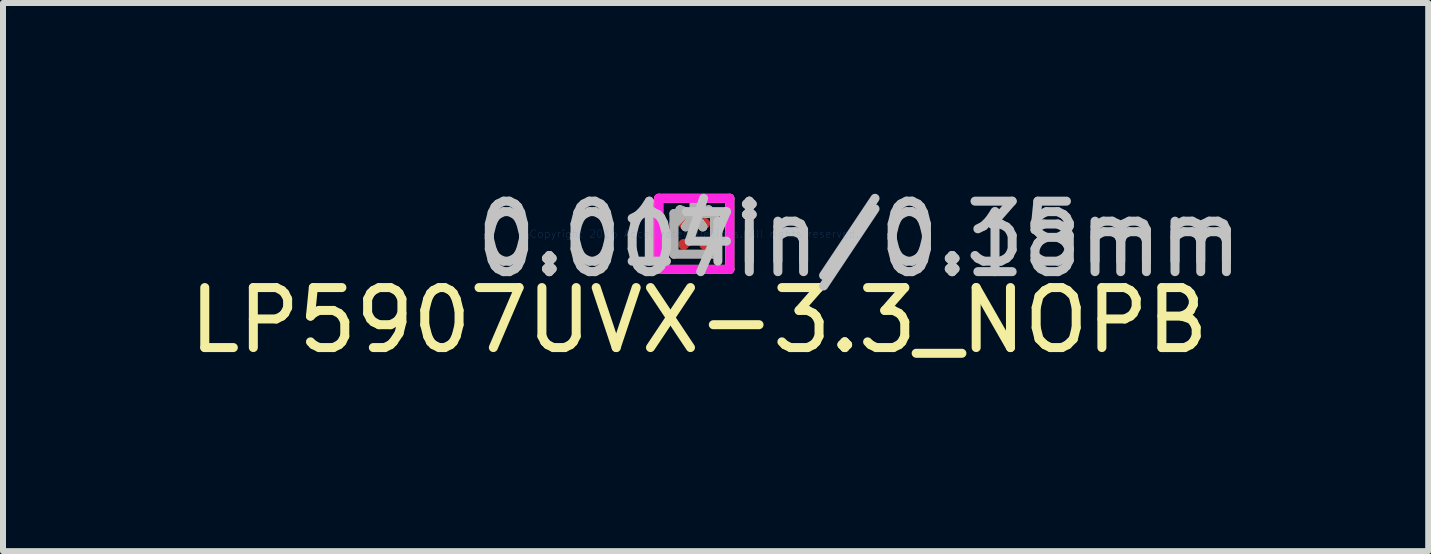
<source format=kicad_pcb>
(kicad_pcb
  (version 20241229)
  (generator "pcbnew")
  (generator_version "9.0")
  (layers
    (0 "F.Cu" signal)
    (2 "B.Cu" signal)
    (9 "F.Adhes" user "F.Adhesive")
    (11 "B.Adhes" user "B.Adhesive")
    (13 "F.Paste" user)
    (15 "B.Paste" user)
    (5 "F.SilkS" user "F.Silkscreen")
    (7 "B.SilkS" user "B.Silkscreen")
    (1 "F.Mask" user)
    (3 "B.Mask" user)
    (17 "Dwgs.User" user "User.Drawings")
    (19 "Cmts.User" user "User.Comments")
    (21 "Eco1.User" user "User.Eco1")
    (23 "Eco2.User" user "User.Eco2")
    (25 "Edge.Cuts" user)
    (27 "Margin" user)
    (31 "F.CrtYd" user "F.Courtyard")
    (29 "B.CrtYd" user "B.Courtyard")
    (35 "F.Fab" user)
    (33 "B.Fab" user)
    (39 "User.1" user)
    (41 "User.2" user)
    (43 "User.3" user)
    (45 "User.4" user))
  (footprint "LP5907UVX-3.3_NOPB"
    (layer "F.Cu")
    (at 8.521 0.848)
    (property "Reference" "LP5907UVX-3.3_NOPB" (at 0.08 1.44 0) (layer "F.SilkS") (effects (font (size 1 1) (thickness 0.15))))
    (attr through_hole)
    (fp_line (start -0.592 -0.592) (end 0.592 -0.592) (stroke (width 0.152) (type solid)) (layer "F.SilkS"))
    (fp_line (start -0.592 0.592) (end -0.592 -0.592) (stroke (width 0.152) (type solid)) (layer "F.SilkS"))
    (fp_line (start 0.592 -0.592) (end 0.592 0.592) (stroke (width 0.152) (type solid)) (layer "F.SilkS"))
    (fp_line (start 0.592 0.592) (end -0.592 0.592) (stroke (width 0.152) (type solid)) (layer "F.SilkS"))
    (fp_line (start -0.592 -0.592) (end 0.592 -0.592) (stroke (width 0.152) (type solid)) (layer "F.CrtYd"))
    (fp_line (start -0.592 0.592) (end -0.592 -0.592) (stroke (width 0.152) (type solid)) (layer "F.CrtYd"))
    (fp_line (start 0.592 -0.592) (end 0.592 0.592) (stroke (width 0.152) (type solid)) (layer "F.CrtYd"))
    (fp_line (start 0.592 0.592) (end -0.592 0.592) (stroke (width 0.152) (type solid)) (layer "F.CrtYd"))
    (fp_line (start -0.338 -0.338) (end -0.338 0.338) (stroke (width 0.152) (type solid)) (layer "F.Fab"))
    (fp_line (start -0.338 0.338) (end 0.338 0.338) (stroke (width 0.152) (type solid)) (layer "F.Fab"))
    (fp_line (start -0.163 -0.338) (end -0.338 -0.163) (stroke (width 0.152) (type solid)) (layer "F.Fab"))
    (fp_line (start 0.338 -0.338) (end -0.338 -0.338) (stroke (width 0.152) (type solid)) (layer "F.Fab"))
    (fp_line (start 0.338 0.338) (end 0.338 -0.338) (stroke (width 0.152) (type solid)) (layer "F.Fab"))
    (fp_text user "*" (at 0 0 0) (layer "F.SilkS") (effects (font (size 1 1) (thickness 0.15))))
    (fp_text user "0.007in/0.18mm" (at 2.751 0.175 0) (layer "Dwgs.User") (effects (font (size 1 1) (thickness 0.15))))
    (fp_text user "0.014in/0.35mm" (at 2.751 0 0) (layer "Dwgs.User") (effects (font (size 1 1) (thickness 0.15))))
    (fp_text user "Copyright 2016 Accelerated Designs. All rights reserved." (at 0 0 0) (layer "Cmts.User") (effects (font (size 0.127 0.127) (thickness 0.002))))
    (fp_text user "*" (at 0 0 0) (layer "F.Fab") (effects (font (size 1 1) (thickness 0.15))))
    (pad "A1" smd circle (at -0.175 -0.175) (size 0.18 0.18) (layers "F.Cu" "F.Mask" "F.Paste"))
    (pad "A2" smd circle (at 0.175 -0.175) (size 0.18 0.18) (layers "F.Cu" "F.Mask" "F.Paste"))
    (pad "B1" smd circle (at -0.175 0.175) (size 0.18 0.18) (layers "F.Cu" "F.Mask" "F.Paste"))
    (pad "B2" smd circle (at 0.175 0.175) (size 0.18 0.18) (layers "F.Cu" "F.Mask" "F.Paste")))
  (gr_rect
    (start -3 -3)
    (end 20.754 6.136)
    (stroke (width 0.1) (type default))
    (fill no)
    (layer "Edge.Cuts")))
</source>
